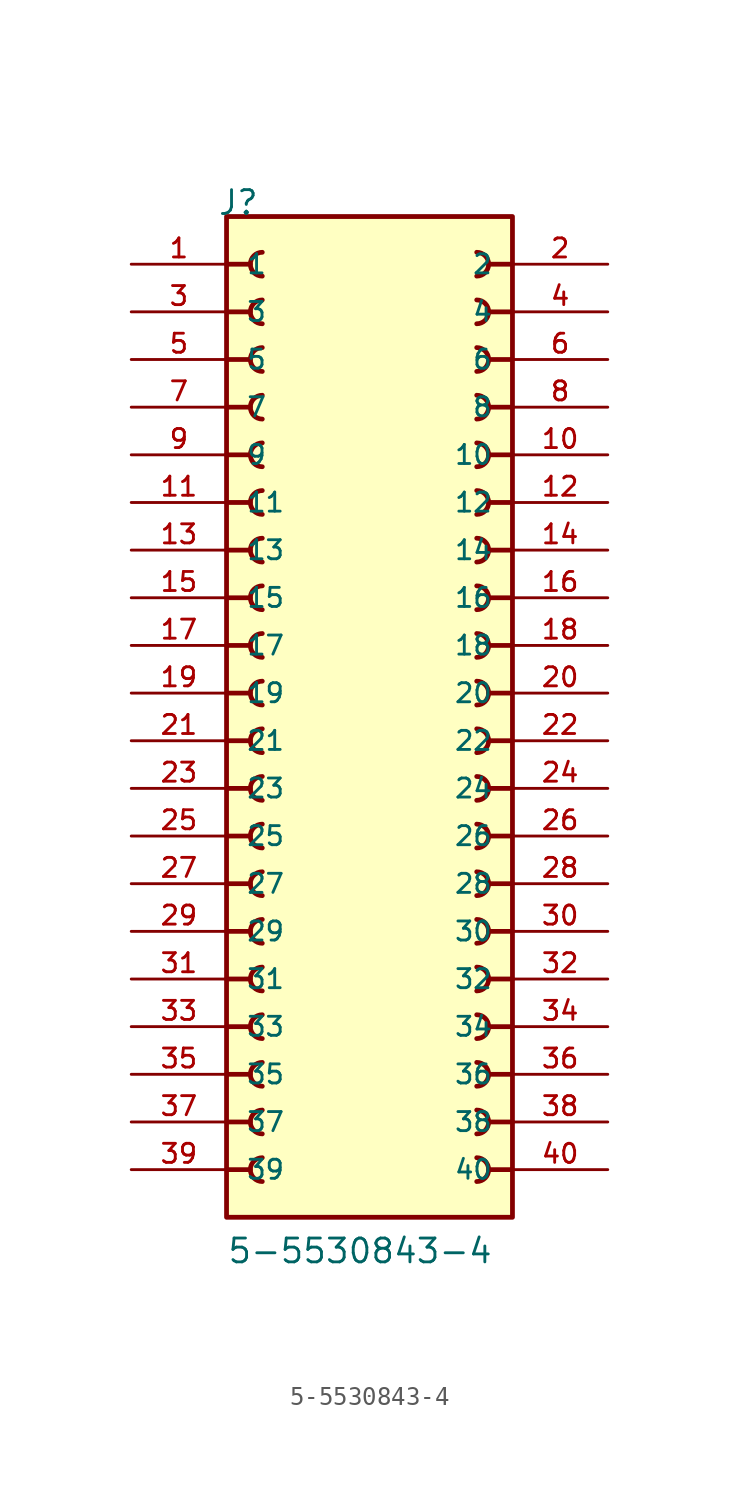
<source format=kicad_sym>
(kicad_symbol_lib
  (version 20241209)
  (generator "kicad_symbol_editor")
  (generator_version "9.0")
  (symbol "5-5530843-4"
    (pin_names
      (offset 1.016))
    (property "Reference" "J"
      (at -8.12 27.94 0)
      (effects (font (size 1.27 1.27)) (justify left bottom)))
    (property "Value" "5-5530843-4"
      (at -7.62 -27.94 0)
      (effects (font (size 1.27 1.27)) (justify left bottom)))
    (symbol "5-5530843-4_0_0"
      (polyline (pts (xy -7.62 25.4) (xy -6.35 25.4)) (stroke (width 0.254) (type default)) (fill (type none)))
      (polyline (pts (xy -7.62 22.86) (xy -6.35 22.86)) (stroke (width 0.254) (type default)) (fill (type none)))
      (polyline (pts (xy -7.62 20.32) (xy -6.35 20.32)) (stroke (width 0.254) (type default)) (fill (type none)))
      (polyline (pts (xy -7.62 17.78) (xy -6.35 17.78)) (stroke (width 0.254) (type default)) (fill (type none)))
      (polyline (pts (xy -7.62 15.24) (xy -6.35 15.24)) (stroke (width 0.254) (type default)) (fill (type none)))
      (polyline (pts (xy -7.62 12.7) (xy -6.35 12.7)) (stroke (width 0.254) (type default)) (fill (type none)))
      (polyline (pts (xy -7.62 10.16) (xy -6.35 10.16)) (stroke (width 0.254) (type default)) (fill (type none)))
      (polyline (pts (xy -7.62 7.62) (xy -6.35 7.62)) (stroke (width 0.254) (type default)) (fill (type none)))
      (polyline (pts (xy -7.62 5.08) (xy -6.35 5.08)) (stroke (width 0.254) (type default)) (fill (type none)))
      (polyline (pts (xy -7.62 2.54) (xy -6.35 2.54)) (stroke (width 0.254) (type default)) (fill (type none)))
      (polyline (pts (xy -7.62 0) (xy -6.35 0)) (stroke (width 0.254) (type default)) (fill (type none)))
      (polyline (pts (xy -7.62 -2.54) (xy -6.35 -2.54)) (stroke (width 0.254) (type default)) (fill (type none)))
      (polyline (pts (xy -7.62 -5.08) (xy -6.35 -5.08)) (stroke (width 0.254) (type default)) (fill (type none)))
      (polyline (pts (xy -7.62 -7.62) (xy -6.35 -7.62)) (stroke (width 0.254) (type default)) (fill (type none)))
      (polyline (pts (xy -7.62 -10.16) (xy -6.35 -10.16)) (stroke (width 0.254) (type default)) (fill (type none)))
      (polyline (pts (xy -7.62 -12.7) (xy -6.35 -12.7)) (stroke (width 0.254) (type default)) (fill (type none)))
      (polyline (pts (xy -7.62 -15.24) (xy -6.35 -15.24)) (stroke (width 0.254) (type default)) (fill (type none)))
      (polyline (pts (xy -7.62 -17.78) (xy -6.35 -17.78)) (stroke (width 0.254) (type default)) (fill (type none)))
      (polyline (pts (xy -7.62 -20.32) (xy -6.35 -20.32)) (stroke (width 0.254) (type default)) (fill (type none)))
      (polyline (pts (xy -7.62 -22.86) (xy -6.35 -22.86)) (stroke (width 0.254) (type default)) (fill (type none)))
      (rectangle (start -7.62 -25.4) (end 7.62 27.94) (stroke (width 0.254) (type default)) (fill (type background)))
      (arc (start -5.715 24.765) (mid -6.3472 25.4) (end -5.715 26.035) (stroke (width 0.254) (type default)) (fill (type none)))
      (arc (start -5.715 22.225) (mid -6.3472 22.86) (end -5.715 23.495) (stroke (width 0.254) (type default)) (fill (type none)))
      (arc (start -5.715 19.685) (mid -6.3472 20.32) (end -5.715 20.955) (stroke (width 0.254) (type default)) (fill (type none)))
      (arc (start -5.715 17.145) (mid -6.3472 17.78) (end -5.715 18.415) (stroke (width 0.254) (type default)) (fill (type none)))
      (arc (start -5.715 14.605) (mid -6.3472 15.24) (end -5.715 15.875) (stroke (width 0.254) (type default)) (fill (type none)))
      (arc (start -5.715 12.065) (mid -6.3472 12.7) (end -5.715 13.335) (stroke (width 0.254) (type default)) (fill (type none)))
      (arc (start -5.715 9.525) (mid -6.3472 10.16) (end -5.715 10.795) (stroke (width 0.254) (type default)) (fill (type none)))
      (arc (start -5.715 6.985) (mid -6.3472 7.62) (end -5.715 8.255) (stroke (width 0.254) (type default)) (fill (type none)))
      (arc (start -5.715 4.445) (mid -6.3472 5.08) (end -5.715 5.715) (stroke (width 0.254) (type default)) (fill (type none)))
      (arc (start -5.715 1.905) (mid -6.3472 2.54) (end -5.715 3.175) (stroke (width 0.254) (type default)) (fill (type none)))
      (arc (start -5.715 -0.635) (mid -6.3472 0) (end -5.715 0.635) (stroke (width 0.254) (type default)) (fill (type none)))
      (arc (start -5.715 -3.175) (mid -6.3472 -2.54) (end -5.715 -1.905) (stroke (width 0.254) (type default)) (fill (type none)))
      (arc (start -5.715 -5.715) (mid -6.3472 -5.08) (end -5.715 -4.445) (stroke (width 0.254) (type default)) (fill (type none)))
      (arc (start -5.715 -8.255) (mid -6.3472 -7.62) (end -5.715 -6.985) (stroke (width 0.254) (type default)) (fill (type none)))
      (arc (start -5.715 -10.795) (mid -6.3472 -10.16) (end -5.715 -9.525) (stroke (width 0.254) (type default)) (fill (type none)))
      (arc (start -5.715 -13.335) (mid -6.3472 -12.7) (end -5.715 -12.065) (stroke (width 0.254) (type default)) (fill (type none)))
      (arc (start -5.715 -15.875) (mid -6.3472 -15.24) (end -5.715 -14.605) (stroke (width 0.254) (type default)) (fill (type none)))
      (arc (start -5.715 -18.415) (mid -6.3472 -17.78) (end -5.715 -17.145) (stroke (width 0.254) (type default)) (fill (type none)))
      (arc (start -5.715 -20.955) (mid -6.3472 -20.32) (end -5.715 -19.685) (stroke (width 0.254) (type default)) (fill (type none)))
      (arc (start -5.715 -23.495) (mid -6.3472 -22.86) (end -5.715 -22.225) (stroke (width 0.254) (type default)) (fill (type none)))
      (arc (start 5.715 26.035) (mid 6.3472 25.4) (end 5.715 24.765) (stroke (width 0.254) (type default)) (fill (type none)))
      (arc (start 5.715 23.495) (mid 6.3472 22.86) (end 5.715 22.225) (stroke (width 0.254) (type default)) (fill (type none)))
      (arc (start 5.715 20.955) (mid 6.3472 20.32) (end 5.715 19.685) (stroke (width 0.254) (type default)) (fill (type none)))
      (arc (start 5.715 18.415) (mid 6.3472 17.78) (end 5.715 17.145) (stroke (width 0.254) (type default)) (fill (type none)))
      (arc (start 5.715 15.875) (mid 6.3472 15.24) (end 5.715 14.605) (stroke (width 0.254) (type default)) (fill (type none)))
      (arc (start 5.715 13.335) (mid 6.3472 12.7) (end 5.715 12.065) (stroke (width 0.254) (type default)) (fill (type none)))
      (arc (start 5.715 10.795) (mid 6.3472 10.16) (end 5.715 9.525) (stroke (width 0.254) (type default)) (fill (type none)))
      (arc (start 5.715 8.255) (mid 6.3472 7.62) (end 5.715 6.985) (stroke (width 0.254) (type default)) (fill (type none)))
      (arc (start 5.715 5.715) (mid 6.3472 5.08) (end 5.715 4.445) (stroke (width 0.254) (type default)) (fill (type none)))
      (arc (start 5.715 3.175) (mid 6.3472 2.54) (end 5.715 1.905) (stroke (width 0.254) (type default)) (fill (type none)))
      (arc (start 5.715 0.635) (mid 6.3472 0) (end 5.715 -0.635) (stroke (width 0.254) (type default)) (fill (type none)))
      (arc (start 5.715 -1.905) (mid 6.3472 -2.54) (end 5.715 -3.175) (stroke (width 0.254) (type default)) (fill (type none)))
      (arc (start 5.715 -4.445) (mid 6.3472 -5.08) (end 5.715 -5.715) (stroke (width 0.254) (type default)) (fill (type none)))
      (arc (start 5.715 -6.985) (mid 6.3472 -7.62) (end 5.715 -8.255) (stroke (width 0.254) (type default)) (fill (type none)))
      (arc (start 5.715 -9.525) (mid 6.3472 -10.16) (end 5.715 -10.795) (stroke (width 0.254) (type default)) (fill (type none)))
      (arc (start 5.715 -12.065) (mid 6.3472 -12.7) (end 5.715 -13.335) (stroke (width 0.254) (type default)) (fill (type none)))
      (arc (start 5.715 -14.605) (mid 6.3472 -15.24) (end 5.715 -15.875) (stroke (width 0.254) (type default)) (fill (type none)))
      (arc (start 5.715 -17.145) (mid 6.3472 -17.78) (end 5.715 -18.415) (stroke (width 0.254) (type default)) (fill (type none)))
      (arc (start 5.715 -19.685) (mid 6.3472 -20.32) (end 5.715 -20.955) (stroke (width 0.254) (type default)) (fill (type none)))
      (arc (start 5.715 -22.225) (mid 6.3472 -22.86) (end 5.715 -23.495) (stroke (width 0.254) (type default)) (fill (type none)))
      (polyline (pts (xy 7.62 25.4) (xy 6.35 25.4)) (stroke (width 0.254) (type default)) (fill (type none)))
      (polyline (pts (xy 7.62 22.86) (xy 6.35 22.86)) (stroke (width 0.254) (type default)) (fill (type none)))
      (polyline (pts (xy 7.62 20.32) (xy 6.35 20.32)) (stroke (width 0.254) (type default)) (fill (type none)))
      (polyline (pts (xy 7.62 17.78) (xy 6.35 17.78)) (stroke (width 0.254) (type default)) (fill (type none)))
      (polyline (pts (xy 7.62 15.24) (xy 6.35 15.24)) (stroke (width 0.254) (type default)) (fill (type none)))
      (polyline (pts (xy 7.62 12.7) (xy 6.35 12.7)) (stroke (width 0.254) (type default)) (fill (type none)))
      (polyline (pts (xy 7.62 10.16) (xy 6.35 10.16)) (stroke (width 0.254) (type default)) (fill (type none)))
      (polyline (pts (xy 7.62 7.62) (xy 6.35 7.62)) (stroke (width 0.254) (type default)) (fill (type none)))
      (polyline (pts (xy 7.62 5.08) (xy 6.35 5.08)) (stroke (width 0.254) (type default)) (fill (type none)))
      (polyline (pts (xy 7.62 2.54) (xy 6.35 2.54)) (stroke (width 0.254) (type default)) (fill (type none)))
      (polyline (pts (xy 7.62 0) (xy 6.35 0)) (stroke (width 0.254) (type default)) (fill (type none)))
      (polyline (pts (xy 7.62 -2.54) (xy 6.35 -2.54)) (stroke (width 0.254) (type default)) (fill (type none)))
      (polyline (pts (xy 7.62 -5.08) (xy 6.35 -5.08)) (stroke (width 0.254) (type default)) (fill (type none)))
      (polyline (pts (xy 7.62 -7.62) (xy 6.35 -7.62)) (stroke (width 0.254) (type default)) (fill (type none)))
      (polyline (pts (xy 7.62 -10.16) (xy 6.35 -10.16)) (stroke (width 0.254) (type default)) (fill (type none)))
      (polyline (pts (xy 7.62 -12.7) (xy 6.35 -12.7)) (stroke (width 0.254) (type default)) (fill (type none)))
      (polyline (pts (xy 7.62 -15.24) (xy 6.35 -15.24)) (stroke (width 0.254) (type default)) (fill (type none)))
      (polyline (pts (xy 7.62 -17.78) (xy 6.35 -17.78)) (stroke (width 0.254) (type default)) (fill (type none)))
      (polyline (pts (xy 7.62 -20.32) (xy 6.35 -20.32)) (stroke (width 0.254) (type default)) (fill (type none)))
      (polyline (pts (xy 7.62 -22.86) (xy 6.35 -22.86)) (stroke (width 0.254) (type default)) (fill (type none)))
      (pin passive line (at -12.7 25.4 0) (length 5.08) (name "1" (effects (font (size 1.016 1.016)))) (number "1" (effects (font (size 1.016 1.016)))))
      (pin passive line (at -12.7 22.86 0) (length 5.08) (name "3" (effects (font (size 1.016 1.016)))) (number "3" (effects (font (size 1.016 1.016)))))
      (pin passive line (at -12.7 20.32 0) (length 5.08) (name "5" (effects (font (size 1.016 1.016)))) (number "5" (effects (font (size 1.016 1.016)))))
      (pin passive line (at -12.7 17.78 0) (length 5.08) (name "7" (effects (font (size 1.016 1.016)))) (number "7" (effects (font (size 1.016 1.016)))))
      (pin passive line (at -12.7 15.24 0) (length 5.08) (name "9" (effects (font (size 1.016 1.016)))) (number "9" (effects (font (size 1.016 1.016)))))
      (pin passive line (at -12.7 12.7 0) (length 5.08) (name "11" (effects (font (size 1.016 1.016)))) (number "11" (effects (font (size 1.016 1.016)))))
      (pin passive line (at -12.7 10.16 0) (length 5.08) (name "13" (effects (font (size 1.016 1.016)))) (number "13" (effects (font (size 1.016 1.016)))))
      (pin passive line (at -12.7 7.62 0) (length 5.08) (name "15" (effects (font (size 1.016 1.016)))) (number "15" (effects (font (size 1.016 1.016)))))
      (pin passive line (at -12.7 5.08 0) (length 5.08) (name "17" (effects (font (size 1.016 1.016)))) (number "17" (effects (font (size 1.016 1.016)))))
      (pin passive line (at -12.7 2.54 0) (length 5.08) (name "19" (effects (font (size 1.016 1.016)))) (number "19" (effects (font (size 1.016 1.016)))))
      (pin passive line (at -12.7 0 0) (length 5.08) (name "21" (effects (font (size 1.016 1.016)))) (number "21" (effects (font (size 1.016 1.016)))))
      (pin passive line (at -12.7 -2.54 0) (length 5.08) (name "23" (effects (font (size 1.016 1.016)))) (number "23" (effects (font (size 1.016 1.016)))))
      (pin passive line (at -12.7 -5.08 0) (length 5.08) (name "25" (effects (font (size 1.016 1.016)))) (number "25" (effects (font (size 1.016 1.016)))))
      (pin passive line (at -12.7 -7.62 0) (length 5.08) (name "27" (effects (font (size 1.016 1.016)))) (number "27" (effects (font (size 1.016 1.016)))))
      (pin passive line (at -12.7 -10.16 0) (length 5.08) (name "29" (effects (font (size 1.016 1.016)))) (number "29" (effects (font (size 1.016 1.016)))))
      (pin passive line (at -12.7 -12.7 0) (length 5.08) (name "31" (effects (font (size 1.016 1.016)))) (number "31" (effects (font (size 1.016 1.016)))))
      (pin passive line (at -12.7 -15.24 0) (length 5.08) (name "33" (effects (font (size 1.016 1.016)))) (number "33" (effects (font (size 1.016 1.016)))))
      (pin passive line (at -12.7 -17.78 0) (length 5.08) (name "35" (effects (font (size 1.016 1.016)))) (number "35" (effects (font (size 1.016 1.016)))))
      (pin passive line (at -12.7 -20.32 0) (length 5.08) (name "37" (effects (font (size 1.016 1.016)))) (number "37" (effects (font (size 1.016 1.016)))))
      (pin passive line (at -12.7 -22.86 0) (length 5.08) (name "39" (effects (font (size 1.016 1.016)))) (number "39" (effects (font (size 1.016 1.016)))))
      (pin passive line (at 12.7 25.4 180) (length 5.08) (name "2" (effects (font (size 1.016 1.016)))) (number "2" (effects (font (size 1.016 1.016)))))
      (pin passive line (at 12.7 22.86 180) (length 5.08) (name "4" (effects (font (size 1.016 1.016)))) (number "4" (effects (font (size 1.016 1.016)))))
      (pin passive line (at 12.7 20.32 180) (length 5.08) (name "6" (effects (font (size 1.016 1.016)))) (number "6" (effects (font (size 1.016 1.016)))))
      (pin passive line (at 12.7 17.78 180) (length 5.08) (name "8" (effects (font (size 1.016 1.016)))) (number "8" (effects (font (size 1.016 1.016)))))
      (pin passive line (at 12.7 15.24 180) (length 5.08) (name "10" (effects (font (size 1.016 1.016)))) (number "10" (effects (font (size 1.016 1.016)))))
      (pin passive line (at 12.7 12.7 180) (length 5.08) (name "12" (effects (font (size 1.016 1.016)))) (number "12" (effects (font (size 1.016 1.016)))))
      (pin passive line (at 12.7 10.16 180) (length 5.08) (name "14" (effects (font (size 1.016 1.016)))) (number "14" (effects (font (size 1.016 1.016)))))
      (pin passive line (at 12.7 7.62 180) (length 5.08) (name "16" (effects (font (size 1.016 1.016)))) (number "16" (effects (font (size 1.016 1.016)))))
      (pin passive line (at 12.7 5.08 180) (length 5.08) (name "18" (effects (font (size 1.016 1.016)))) (number "18" (effects (font (size 1.016 1.016)))))
      (pin passive line (at 12.7 2.54 180) (length 5.08) (name "20" (effects (font (size 1.016 1.016)))) (number "20" (effects (font (size 1.016 1.016)))))
      (pin passive line (at 12.7 0 180) (length 5.08) (name "22" (effects (font (size 1.016 1.016)))) (number "22" (effects (font (size 1.016 1.016)))))
      (pin passive line (at 12.7 -2.54 180) (length 5.08) (name "24" (effects (font (size 1.016 1.016)))) (number "24" (effects (font (size 1.016 1.016)))))
      (pin passive line (at 12.7 -5.08 180) (length 5.08) (name "26" (effects (font (size 1.016 1.016)))) (number "26" (effects (font (size 1.016 1.016)))))
      (pin passive line (at 12.7 -7.62 180) (length 5.08) (name "28" (effects (font (size 1.016 1.016)))) (number "28" (effects (font (size 1.016 1.016)))))
      (pin passive line (at 12.7 -10.16 180) (length 5.08) (name "30" (effects (font (size 1.016 1.016)))) (number "30" (effects (font (size 1.016 1.016)))))
      (pin passive line (at 12.7 -12.7 180) (length 5.08) (name "32" (effects (font (size 1.016 1.016)))) (number "32" (effects (font (size 1.016 1.016)))))
      (pin passive line (at 12.7 -15.24 180) (length 5.08) (name "34" (effects (font (size 1.016 1.016)))) (number "34" (effects (font (size 1.016 1.016)))))
      (pin passive line (at 12.7 -17.78 180) (length 5.08) (name "36" (effects (font (size 1.016 1.016)))) (number "36" (effects (font (size 1.016 1.016)))))
      (pin passive line (at 12.7 -20.32 180) (length 5.08) (name "38" (effects (font (size 1.016 1.016)))) (number "38" (effects (font (size 1.016 1.016)))))
      (pin passive line (at 12.7 -22.86 180) (length 5.08) (name "40" (effects (font (size 1.016 1.016)))) (number "40" (effects (font (size 1.016 1.016))))))))
</source>
